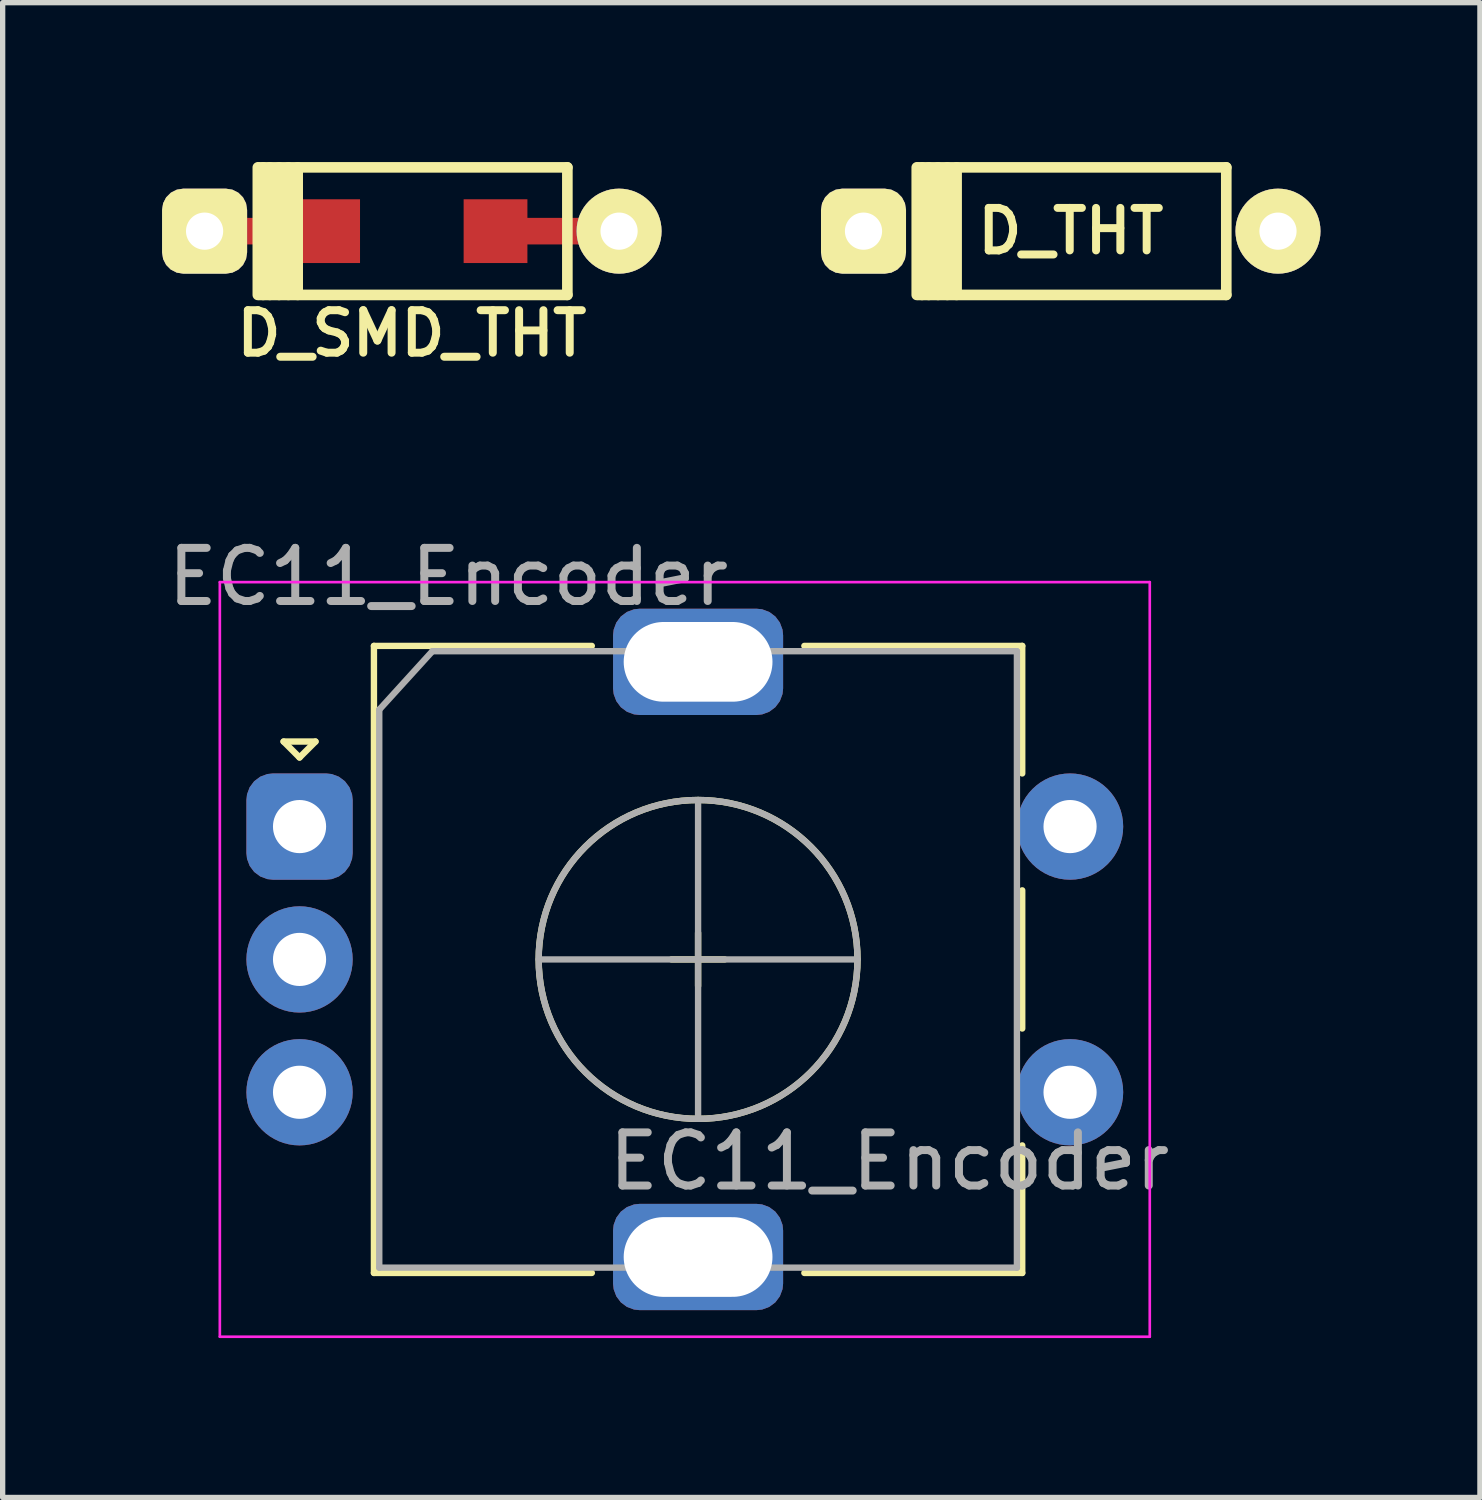
<source format=kicad_pcb>
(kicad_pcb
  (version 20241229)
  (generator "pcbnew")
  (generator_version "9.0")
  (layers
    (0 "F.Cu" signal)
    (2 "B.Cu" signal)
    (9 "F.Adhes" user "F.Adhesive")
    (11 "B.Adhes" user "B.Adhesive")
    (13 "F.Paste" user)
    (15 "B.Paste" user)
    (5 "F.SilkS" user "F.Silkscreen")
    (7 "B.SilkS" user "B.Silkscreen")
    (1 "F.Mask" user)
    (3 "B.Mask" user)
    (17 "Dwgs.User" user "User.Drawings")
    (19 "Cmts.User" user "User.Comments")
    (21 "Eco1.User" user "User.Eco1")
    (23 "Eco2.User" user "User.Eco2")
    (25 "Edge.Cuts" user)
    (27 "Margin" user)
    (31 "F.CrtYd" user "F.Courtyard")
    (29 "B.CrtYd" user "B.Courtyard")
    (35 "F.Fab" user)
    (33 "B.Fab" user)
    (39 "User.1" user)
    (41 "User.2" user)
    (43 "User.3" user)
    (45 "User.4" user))
  (footprint "EC11_Encoder"
    (layer "F.Cu")
    (at 10.087 15.005)
    (property "Reference" "EC11_Encoder" (at -4.7 -7.2 0) (layer "F.Fab") (effects (font (size 1 1) (thickness 0.15))))
    (attr through_hole)
    (fp_line (start -7.8 -4.1) (end -7.2 -4.1) (stroke (width 0.12) (type solid)) (layer "F.SilkS"))
    (fp_line (start -7.5 -3.8) (end -7.8 -4.1) (stroke (width 0.12) (type solid)) (layer "F.SilkS"))
    (fp_line (start -7.2 -4.1) (end -7.5 -3.8) (stroke (width 0.12) (type solid)) (layer "F.SilkS"))
    (fp_line (start -6.1 -5.9) (end -6.1 5.9) (stroke (width 0.12) (type solid)) (layer "F.SilkS"))
    (fp_line (start -2 -5.9) (end -6.1 -5.9) (stroke (width 0.12) (type solid)) (layer "F.SilkS"))
    (fp_line (start -2 5.9) (end -6.1 5.9) (stroke (width 0.12) (type solid)) (layer "F.SilkS"))
    (fp_line (start -0.5 0) (end 0.5 0) (stroke (width 0.12) (type solid)) (layer "F.SilkS"))
    (fp_line (start 0 -0.5) (end 0 0.5) (stroke (width 0.12) (type solid)) (layer "F.SilkS"))
    (fp_line (start 2 -5.9) (end 6.1 -5.9) (stroke (width 0.12) (type solid)) (layer "F.SilkS"))
    (fp_line (start 6.1 -5.9) (end 6.1 -3.5) (stroke (width 0.12) (type solid)) (layer "F.SilkS"))
    (fp_line (start 6.1 -1.3) (end 6.1 1.3) (stroke (width 0.12) (type solid)) (layer "F.SilkS"))
    (fp_line (start 6.1 3.5) (end 6.1 5.9) (stroke (width 0.12) (type solid)) (layer "F.SilkS"))
    (fp_line (start 6.1 5.9) (end 2 5.9) (stroke (width 0.12) (type solid)) (layer "F.SilkS"))
    (fp_circle (center 0 0) (end 3 0) (stroke (width 0.12) (type solid)) (fill no) (layer "F.SilkS"))
    (fp_line (start -9 -7.1) (end -9 7.1) (stroke (width 0.05) (type solid)) (layer "F.CrtYd"))
    (fp_line (start -9 -7.1) (end 8.5 -7.1) (stroke (width 0.05) (type solid)) (layer "F.CrtYd"))
    (fp_line (start 8.5 7.1) (end -9 7.1) (stroke (width 0.05) (type solid)) (layer "F.CrtYd"))
    (fp_line (start 8.5 7.1) (end 8.5 -7.1) (stroke (width 0.05) (type solid)) (layer "F.CrtYd"))
    (fp_line (start -6 -4.7) (end -5 -5.8) (stroke (width 0.12) (type solid)) (layer "F.Fab"))
    (fp_line (start -6 5.8) (end -6 -4.7) (stroke (width 0.12) (type solid)) (layer "F.Fab"))
    (fp_line (start -5 -5.8) (end 6 -5.8) (stroke (width 0.12) (type solid)) (layer "F.Fab"))
    (fp_line (start -3 0) (end 3 0) (stroke (width 0.12) (type solid)) (layer "F.Fab"))
    (fp_line (start 0 -3) (end 0 3) (stroke (width 0.12) (type solid)) (layer "F.Fab"))
    (fp_line (start 6 -5.8) (end 6 5.8) (stroke (width 0.12) (type solid)) (layer "F.Fab"))
    (fp_line (start 6 5.8) (end -6 5.8) (stroke (width 0.12) (type solid)) (layer "F.Fab"))
    (fp_circle (center 0 0) (end 3 0) (stroke (width 0.12) (type solid)) (fill no) (layer "F.Fab"))
    (fp_text user "${REFERENCE}" (at 3.6 3.8 0) (layer "F.Fab") (effects (font (size 1 1) (thickness 0.15))))
    (pad "A" thru_hole roundrect (at -7.5 -2.5) (size 2 2) (drill 1) (layers "*.Cu" "*.Mask") (roundrect_rratio 0.25))
    (pad "B" thru_hole circle (at -7.5 2.5) (size 2 2) (drill 1) (layers "*.Cu" "*.Mask"))
    (pad "C" thru_hole circle (at -7.5 0) (size 2 2) (drill 1) (layers "*.Cu" "*.Mask"))
    (pad "MP" thru_hole roundrect (at 0 -5.6) (size 3.2 2) (drill oval 2.8 1.5) (layers "*.Cu" "*.Mask") (roundrect_rratio 0.25))
    (pad "MP" thru_hole roundrect (at 0 5.6) (size 3.2 2) (drill oval 2.8 1.5) (layers "*.Cu" "*.Mask") (roundrect_rratio 0.25))
    (pad "S1" thru_hole circle (at 7 2.5) (size 2 2) (drill 1) (layers "*.Cu" "*.Mask"))
    (pad "S2" thru_hole circle (at 7 -2.5) (size 2 2) (drill 1) (layers "*.Cu" "*.Mask")))
  (footprint "D_THT"
    (layer "F.Cu")
    (at 17.1 1.3)
    (property "Reference" "D_THT" (at 0 0 0) (layer "F.SilkS") (effects (font (size 0.8 0.8) (thickness 0.15))))
    (attr smd)
    (fp_line (start -2.898 1.2) (end -2.898 -1.2) (stroke (width 0.2) (type solid)) (layer "F.SilkS"))
    (fp_line (start -2.873 -1.2) (end 2.927 -1.2) (stroke (width 0.2) (type solid)) (layer "F.SilkS"))
    (fp_line (start -2.798 -1.2) (end -2.798 1.2) (stroke (width 0.2) (type solid)) (layer "F.SilkS"))
    (fp_line (start -2.673 -1.2) (end -2.673 1.2) (stroke (width 0.2) (type solid)) (layer "F.SilkS"))
    (fp_line (start -2.498 -1.2) (end -2.498 1.2) (stroke (width 0.2) (type solid)) (layer "F.SilkS"))
    (fp_line (start -2.323 -1.2) (end -2.323 1.2) (stroke (width 0.2) (type solid)) (layer "F.SilkS"))
    (fp_line (start -2.148 -1.2) (end -2.148 1.2) (stroke (width 0.2) (type solid)) (layer "F.SilkS"))
    (fp_line (start 2.927 -1.2) (end 2.927 1.2) (stroke (width 0.2) (type solid)) (layer "F.SilkS"))
    (fp_line (start 2.927 1.2) (end -2.873 1.2) (stroke (width 0.2) (type solid)) (layer "F.SilkS"))
    (pad "1" thru_hole roundrect (at -3.9 0) (size 1.6 1.6) (drill 0.7) (layers "*.Cu" "*.Mask" "F.SilkS") (roundrect_rratio 0.25))
    (pad "2" thru_hole circle (at 3.9 0) (size 1.6 1.6) (drill 0.7) (layers "*.Cu" "*.Mask" "F.SilkS")))
  (footprint "D_SMD_THT"
    (layer "F.Cu")
    (at 4.7 1.3)
    (property "Reference" "D_SMD_THT" (at 0 1.925 0) (layer "F.SilkS") (effects (font (size 0.8 0.8) (thickness 0.15))))
    (attr smd)
    (fp_line (start -2.898 1.2) (end -2.898 -1.2) (stroke (width 0.2) (type solid)) (layer "F.SilkS"))
    (fp_line (start -2.873 -1.2) (end 2.927 -1.2) (stroke (width 0.2) (type solid)) (layer "F.SilkS"))
    (fp_line (start -2.798 -1.2) (end -2.798 1.2) (stroke (width 0.2) (type solid)) (layer "F.SilkS"))
    (fp_line (start -2.673 -1.2) (end -2.673 1.2) (stroke (width 0.2) (type solid)) (layer "F.SilkS"))
    (fp_line (start -2.498 -1.2) (end -2.498 1.2) (stroke (width 0.2) (type solid)) (layer "F.SilkS"))
    (fp_line (start -2.323 -1.2) (end -2.323 1.2) (stroke (width 0.2) (type solid)) (layer "F.SilkS"))
    (fp_line (start -2.148 -1.2) (end -2.148 1.2) (stroke (width 0.2) (type solid)) (layer "F.SilkS"))
    (fp_line (start 2.927 -1.2) (end 2.927 1.2) (stroke (width 0.2) (type solid)) (layer "F.SilkS"))
    (fp_line (start 2.927 1.2) (end -2.873 1.2) (stroke (width 0.2) (type solid)) (layer "F.SilkS"))
    (pad "1" thru_hole roundrect (at -3.9 0) (size 1.6 1.6) (drill 0.7) (layers "*.Cu" "*.Mask" "F.SilkS") (roundrect_rratio 0.25))
    (pad "1" smd rect (at -2.7 0) (size 2.5 0.5) (layers "F.Cu"))
    (pad "1" smd rect (at -1.575 0) (size 1.2 1.2) (layers "F.Cu" "F.Mask" "F.Paste"))
    (pad "2" smd rect (at 1.575 0) (size 1.2 1.2) (layers "F.Cu" "F.Mask" "F.Paste"))
    (pad "2" smd rect (at 2.7 0) (size 2.5 0.5) (layers "F.Cu"))
    (pad "2" thru_hole circle (at 3.9 0) (size 1.6 1.6) (drill 0.7) (layers "*.Cu" "*.Mask" "F.SilkS")))
  (gr_rect
    (start -3 -3)
    (end 24.8 25.13)
    (stroke (width 0.1) (type default))
    (fill no)
    (layer "Edge.Cuts")))
</source>
